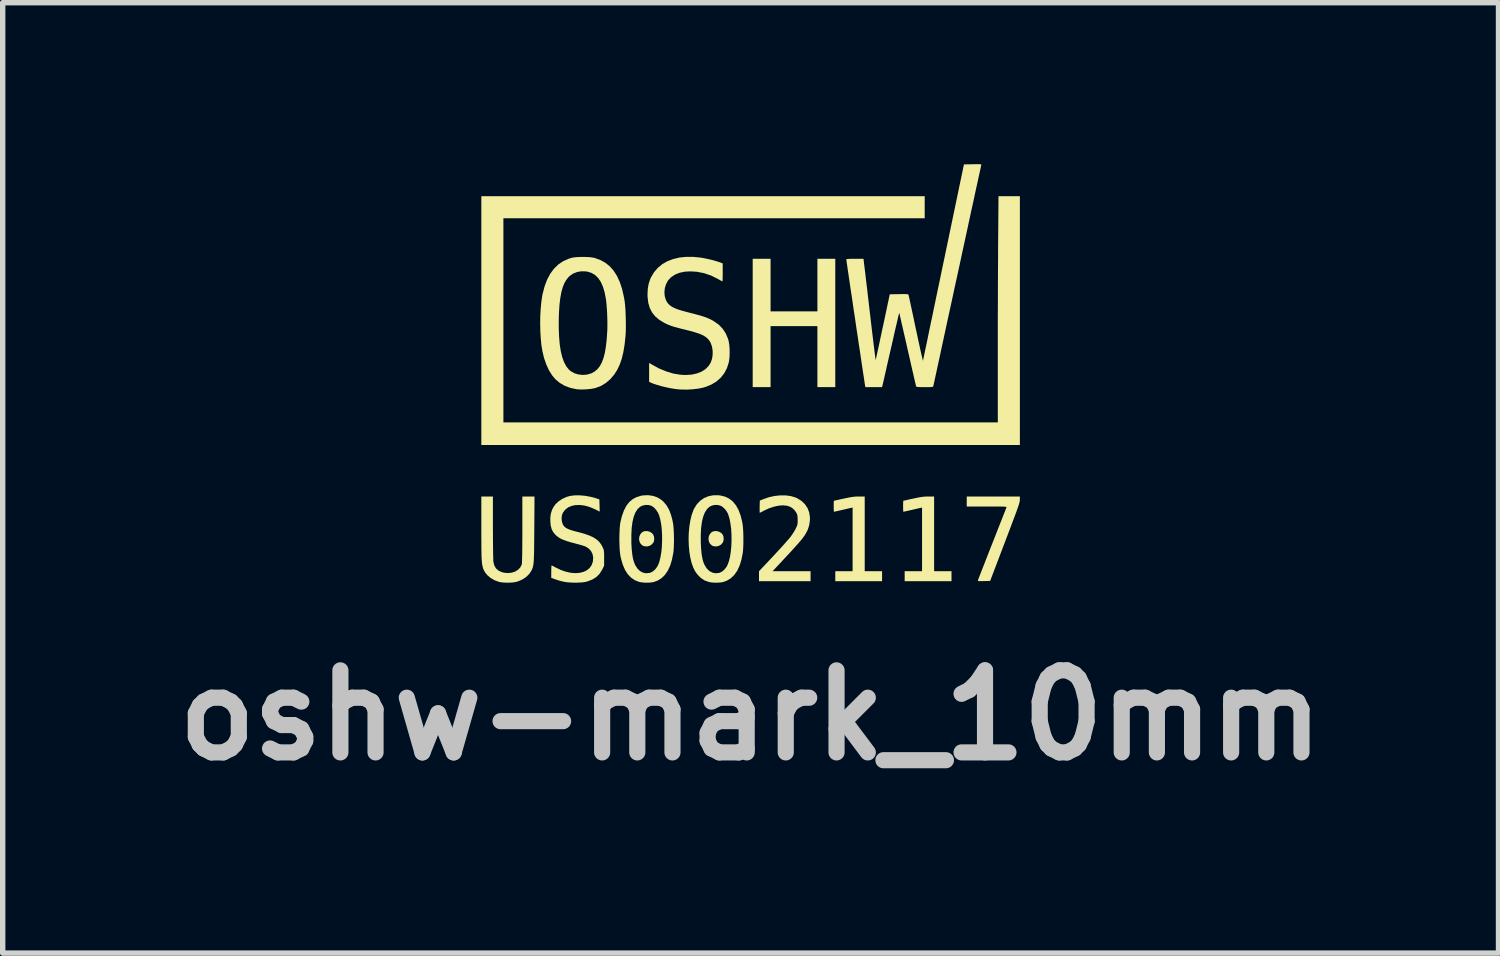
<source format=kicad_pcb>
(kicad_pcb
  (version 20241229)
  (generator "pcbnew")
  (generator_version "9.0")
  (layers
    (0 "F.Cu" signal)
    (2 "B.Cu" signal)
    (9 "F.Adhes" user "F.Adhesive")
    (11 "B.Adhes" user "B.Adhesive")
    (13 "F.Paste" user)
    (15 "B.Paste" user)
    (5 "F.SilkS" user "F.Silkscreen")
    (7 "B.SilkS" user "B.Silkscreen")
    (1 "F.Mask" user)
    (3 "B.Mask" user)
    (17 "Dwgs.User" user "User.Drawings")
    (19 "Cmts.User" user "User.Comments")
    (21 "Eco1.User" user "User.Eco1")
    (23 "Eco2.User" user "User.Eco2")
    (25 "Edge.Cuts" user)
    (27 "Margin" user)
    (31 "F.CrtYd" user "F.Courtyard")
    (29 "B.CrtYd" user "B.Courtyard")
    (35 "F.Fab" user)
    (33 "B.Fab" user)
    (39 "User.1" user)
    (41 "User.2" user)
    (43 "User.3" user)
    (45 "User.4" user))
  (footprint "oshw-mark_10mm"
    (layer "F.Cu")
    (at 10.893 3.887)
    (property "Reference" "oshw-mark_10mm" (at 0 6.35 0) (layer "Dwgs.User") (effects (font (size 1.524 1.524) (thickness 0.3))))
    (attr board_only exclude_from_pos_files exclude_from_bom)
    (fp_poly (pts (xy 0.371 -1.153) (xy 1.241 -1.153) (xy 1.241 -2.13) (xy 1.573 -2.13) (xy 1.573 0.254) (xy 1.241 0.254) (xy 1.241 -0.879) (xy 0.371 -0.879) (xy 0.371 0.254) (xy 0.039 0.254) (xy 0.039 -2.13) (xy 0.371 -2.13)) (stroke (width 0) (type solid)) (fill yes) (layer "F.SilkS"))
    (fp_poly (pts (xy -1.874 2.94) (xy -1.834 2.965) (xy -1.813 2.987) (xy -1.796 3.024) (xy -1.79 3.068) (xy -1.794 3.113) (xy -1.807 3.143) (xy -1.841 3.181) (xy -1.884 3.205) (xy -1.932 3.214) (xy -1.981 3.208) (xy -2.01 3.195) (xy -2.043 3.164) (xy -2.064 3.123) (xy -2.072 3.077) (xy -2.066 3.029) (xy -2.048 2.986) (xy -2.016 2.951) (xy -2.008 2.945) (xy -1.967 2.929) (xy -1.921 2.928)) (stroke (width 0) (type solid)) (fill yes) (layer "F.SilkS"))
    (fp_poly (pts (xy -0.585 2.94) (xy -0.544 2.965) (xy -0.523 2.987) (xy -0.506 3.024) (xy -0.5 3.068) (xy -0.505 3.113) (xy -0.517 3.143) (xy -0.551 3.181) (xy -0.595 3.205) (xy -0.643 3.214) (xy -0.691 3.208) (xy -0.72 3.195) (xy -0.754 3.164) (xy -0.774 3.123) (xy -0.782 3.077) (xy -0.777 3.029) (xy -0.758 2.986) (xy -0.727 2.951) (xy -0.718 2.945) (xy -0.678 2.929) (xy -0.631 2.928)) (stroke (width 0) (type solid)) (fill yes) (layer "F.SilkS"))
    (fp_poly (pts (xy 3.234 -2.882) (xy -4.592 -2.882) (xy -4.592 0.909) (xy 4.592 0.909) (xy 4.592 -0.276) (xy 4.592 -0.45) (xy 4.592 -0.634) (xy 4.592 -0.825) (xy 4.592 -1.022) (xy 4.593 -1.22) (xy 4.594 -1.417) (xy 4.594 -1.61) (xy 4.595 -1.796) (xy 4.596 -1.974) (xy 4.597 -2.139) (xy 4.597 -2.289) (xy 4.598 -2.376) (xy 4.605 -3.292) (xy 5.002 -3.292) (xy 5.002 1.329) (xy -5.002 1.329) (xy -5.002 -3.292) (xy 3.234 -3.292)) (stroke (width 0) (type solid)) (fill yes) (layer "F.SilkS"))
    (fp_poly (pts (xy 2.12 3.673) (xy 2.442 3.673) (xy 2.442 3.859) (xy 1.573 3.859) (xy 1.573 3.673) (xy 1.895 3.673) (xy 1.895 2.491) (xy 1.873 2.496) (xy 1.815 2.509) (xy 1.756 2.523) (xy 1.698 2.536) (xy 1.646 2.548) (xy 1.602 2.558) (xy 1.569 2.565) (xy 1.551 2.569) (xy 1.548 2.569) (xy 1.546 2.56) (xy 1.545 2.536) (xy 1.544 2.5) (xy 1.544 2.467) (xy 1.544 2.425) (xy 1.545 2.391) (xy 1.547 2.37) (xy 1.548 2.364) (xy 1.558 2.362) (xy 1.585 2.357) (xy 1.624 2.348) (xy 1.674 2.337) (xy 1.73 2.325) (xy 1.73 2.325) (xy 1.801 2.31) (xy 1.858 2.299) (xy 1.905 2.292) (xy 1.947 2.288) (xy 1.989 2.286) (xy 2.014 2.286) (xy 2.12 2.286)) (stroke (width 0) (type solid)) (fill yes) (layer "F.SilkS"))
    (fp_poly (pts (xy 3.409 3.673) (xy 3.732 3.673) (xy 3.732 3.859) (xy 2.862 3.859) (xy 2.862 3.673) (xy 3.185 3.673) (xy 3.185 2.491) (xy 3.163 2.496) (xy 3.105 2.509) (xy 3.045 2.523) (xy 2.988 2.536) (xy 2.936 2.548) (xy 2.891 2.558) (xy 2.859 2.565) (xy 2.84 2.569) (xy 2.837 2.569) (xy 2.836 2.56) (xy 2.834 2.536) (xy 2.833 2.5) (xy 2.833 2.467) (xy 2.833 2.425) (xy 2.835 2.391) (xy 2.836 2.37) (xy 2.838 2.364) (xy 2.848 2.362) (xy 2.875 2.357) (xy 2.914 2.348) (xy 2.963 2.337) (xy 3.02 2.325) (xy 3.02 2.325) (xy 3.091 2.31) (xy 3.147 2.299) (xy 3.194 2.292) (xy 3.236 2.288) (xy 3.279 2.286) (xy 3.304 2.286) (xy 3.409 2.286)) (stroke (width 0) (type solid)) (fill yes) (layer "F.SilkS"))
    (fp_poly (pts (xy 5.001 2.347) (xy 5.001 2.359) (xy 4.999 2.374) (xy 4.995 2.391) (xy 4.99 2.412) (xy 4.982 2.439) (xy 4.971 2.473) (xy 4.956 2.515) (xy 4.938 2.567) (xy 4.915 2.629) (xy 4.887 2.703) (xy 4.854 2.791) (xy 4.816 2.892) (xy 4.771 3.01) (xy 4.725 3.131) (xy 4.45 3.854) (xy 4.334 3.857) (xy 4.285 3.858) (xy 4.252 3.858) (xy 4.233 3.856) (xy 4.224 3.852) (xy 4.222 3.846) (xy 4.223 3.842) (xy 4.227 3.83) (xy 4.238 3.802) (xy 4.255 3.758) (xy 4.277 3.701) (xy 4.304 3.631) (xy 4.336 3.551) (xy 4.371 3.461) (xy 4.409 3.363) (xy 4.45 3.259) (xy 4.487 3.165) (xy 4.53 3.057) (xy 4.57 2.954) (xy 4.608 2.857) (xy 4.643 2.769) (xy 4.674 2.69) (xy 4.701 2.621) (xy 4.723 2.566) (xy 4.739 2.524) (xy 4.75 2.498) (xy 4.753 2.489) (xy 4.754 2.484) (xy 4.751 2.481) (xy 4.743 2.478) (xy 4.728 2.476) (xy 4.705 2.474) (xy 4.671 2.473) (xy 4.624 2.472) (xy 4.564 2.472) (xy 4.487 2.472) (xy 4.393 2.472) (xy 4.015 2.472) (xy 4.015 2.286) (xy 5.002 2.286)) (stroke (width 0) (type solid)) (fill yes) (layer "F.SilkS"))
    (fp_poly (pts (xy 0.65 2.265) (xy 0.747 2.278) (xy 0.833 2.304) (xy 0.867 2.319) (xy 0.947 2.369) (xy 1.011 2.431) (xy 1.058 2.502) (xy 1.089 2.583) (xy 1.102 2.673) (xy 1.102 2.724) (xy 1.089 2.818) (xy 1.061 2.906) (xy 1.023 2.977) (xy 1.009 3.001) (xy 0.992 3.025) (xy 0.973 3.051) (xy 0.951 3.08) (xy 0.923 3.113) (xy 0.89 3.152) (xy 0.849 3.198) (xy 0.801 3.251) (xy 0.744 3.314) (xy 0.677 3.386) (xy 0.598 3.471) (xy 0.508 3.568) (xy 0.484 3.593) (xy 0.409 3.673) (xy 1.114 3.673) (xy 1.114 3.859) (xy 0.156 3.859) (xy 0.156 3.674) (xy 0.263 3.561) (xy 0.337 3.482) (xy 0.411 3.404) (xy 0.481 3.328) (xy 0.547 3.257) (xy 0.606 3.192) (xy 0.657 3.134) (xy 0.699 3.087) (xy 0.729 3.052) (xy 0.733 3.047) (xy 0.766 3.002) (xy 0.8 2.95) (xy 0.829 2.9) (xy 0.833 2.893) (xy 0.852 2.853) (xy 0.865 2.823) (xy 0.871 2.797) (xy 0.874 2.765) (xy 0.874 2.722) (xy 0.874 2.722) (xy 0.873 2.675) (xy 0.87 2.641) (xy 0.863 2.615) (xy 0.853 2.593) (xy 0.818 2.542) (xy 0.773 2.5) (xy 0.734 2.476) (xy 0.674 2.457) (xy 0.601 2.45) (xy 0.521 2.456) (xy 0.434 2.475) (xy 0.345 2.504) (xy 0.256 2.545) (xy 0.238 2.554) (xy 0.207 2.571) (xy 0.183 2.583) (xy 0.171 2.589) (xy 0.17 2.589) (xy 0.169 2.58) (xy 0.168 2.555) (xy 0.168 2.518) (xy 0.168 2.476) (xy 0.171 2.362) (xy 0.23 2.338) (xy 0.334 2.301) (xy 0.441 2.277) (xy 0.547 2.265)) (stroke (width 0) (type solid)) (fill yes) (layer "F.SilkS"))
    (fp_poly (pts (xy -4.787 2.86) (xy -4.786 2.966) (xy -4.786 3.069) (xy -4.785 3.165) (xy -4.784 3.253) (xy -4.783 3.331) (xy -4.782 3.397) (xy -4.78 3.449) (xy -4.779 3.485) (xy -4.778 3.5) (xy -4.761 3.567) (xy -4.73 3.621) (xy -4.684 3.662) (xy -4.624 3.69) (xy -4.574 3.703) (xy -4.502 3.708) (xy -4.433 3.7) (xy -4.371 3.679) (xy -4.319 3.646) (xy -4.278 3.604) (xy -4.253 3.553) (xy -4.249 3.54) (xy -4.248 3.524) (xy -4.246 3.49) (xy -4.245 3.44) (xy -4.243 3.376) (xy -4.242 3.299) (xy -4.241 3.212) (xy -4.241 3.116) (xy -4.24 3.013) (xy -4.24 2.906) (xy -4.24 2.894) (xy -4.24 2.286) (xy -4.014 2.286) (xy -4.018 2.894) (xy -4.019 3.025) (xy -4.02 3.138) (xy -4.021 3.234) (xy -4.022 3.315) (xy -4.024 3.384) (xy -4.026 3.44) (xy -4.029 3.487) (xy -4.032 3.525) (xy -4.036 3.556) (xy -4.041 3.582) (xy -4.047 3.605) (xy -4.054 3.625) (xy -4.063 3.644) (xy -4.069 3.659) (xy -4.109 3.721) (xy -4.164 3.777) (xy -4.232 3.823) (xy -4.308 3.858) (xy -4.358 3.873) (xy -4.41 3.882) (xy -4.472 3.886) (xy -4.539 3.887) (xy -4.602 3.883) (xy -4.655 3.876) (xy -4.67 3.873) (xy -4.751 3.844) (xy -4.824 3.803) (xy -4.885 3.753) (xy -4.933 3.696) (xy -4.961 3.642) (xy -4.969 3.619) (xy -4.976 3.596) (xy -4.982 3.571) (xy -4.987 3.543) (xy -4.991 3.51) (xy -4.994 3.47) (xy -4.997 3.423) (xy -4.999 3.365) (xy -5 3.295) (xy -5.001 3.213) (xy -5.001 3.116) (xy -5.002 3.003) (xy -5.002 2.875) (xy -5.002 2.286) (xy -4.787 2.286)) (stroke (width 0) (type solid)) (fill yes) (layer "F.SilkS"))
    (fp_poly (pts (xy -0.567 2.266) (xy -0.479 2.287) (xy -0.401 2.324) (xy -0.332 2.377) (xy -0.274 2.447) (xy -0.225 2.534) (xy -0.186 2.637) (xy -0.156 2.757) (xy -0.15 2.794) (xy -0.143 2.847) (xy -0.138 2.915) (xy -0.135 2.993) (xy -0.134 3.075) (xy -0.134 3.156) (xy -0.137 3.232) (xy -0.141 3.297) (xy -0.145 3.331) (xy -0.17 3.46) (xy -0.205 3.571) (xy -0.249 3.666) (xy -0.304 3.744) (xy -0.369 3.806) (xy -0.444 3.851) (xy -0.511 3.875) (xy -0.561 3.883) (xy -0.621 3.887) (xy -0.684 3.886) (xy -0.744 3.88) (xy -0.781 3.872) (xy -0.857 3.844) (xy -0.924 3.799) (xy -0.985 3.738) (xy -1.026 3.682) (xy -1.064 3.609) (xy -1.096 3.521) (xy -1.12 3.421) (xy -1.138 3.311) (xy -1.148 3.195) (xy -1.152 3.076) (xy -1.15 3.001) (xy -0.926 3.001) (xy -0.925 3.146) (xy -0.919 3.259) (xy -0.91 3.354) (xy -0.896 3.435) (xy -0.878 3.503) (xy -0.855 3.558) (xy -0.814 3.623) (xy -0.766 3.67) (xy -0.711 3.7) (xy -0.651 3.712) (xy -0.585 3.705) (xy -0.576 3.703) (xy -0.53 3.681) (xy -0.487 3.644) (xy -0.449 3.596) (xy -0.431 3.563) (xy -0.404 3.493) (xy -0.383 3.409) (xy -0.368 3.313) (xy -0.358 3.21) (xy -0.354 3.103) (xy -0.355 2.994) (xy -0.361 2.889) (xy -0.374 2.79) (xy -0.391 2.7) (xy -0.414 2.624) (xy -0.43 2.587) (xy -0.468 2.529) (xy -0.516 2.483) (xy -0.551 2.46) (xy -0.6 2.445) (xy -0.655 2.442) (xy -0.711 2.452) (xy -0.759 2.474) (xy -0.764 2.477) (xy -0.811 2.522) (xy -0.85 2.583) (xy -0.881 2.661) (xy -0.904 2.757) (xy -0.919 2.87) (xy -0.926 3.001) (xy -1.15 3.001) (xy -1.148 2.957) (xy -1.137 2.84) (xy -1.119 2.729) (xy -1.094 2.627) (xy -1.061 2.536) (xy -1.05 2.513) (xy -1 2.432) (xy -0.938 2.366) (xy -0.865 2.315) (xy -0.783 2.281) (xy -0.692 2.263) (xy -0.595 2.263)) (stroke (width 0) (type solid)) (fill yes) (layer "F.SilkS"))
    (fp_poly (pts (xy -1.814 2.274) (xy -1.73 2.303) (xy -1.655 2.35) (xy -1.61 2.391) (xy -1.558 2.455) (xy -1.516 2.529) (xy -1.482 2.615) (xy -1.454 2.717) (xy -1.439 2.794) (xy -1.433 2.847) (xy -1.428 2.915) (xy -1.425 2.992) (xy -1.423 3.074) (xy -1.424 3.155) (xy -1.427 3.23) (xy -1.431 3.295) (xy -1.435 3.329) (xy -1.46 3.457) (xy -1.493 3.568) (xy -1.537 3.662) (xy -1.59 3.74) (xy -1.652 3.801) (xy -1.725 3.847) (xy -1.801 3.875) (xy -1.85 3.883) (xy -1.91 3.887) (xy -1.974 3.886) (xy -2.033 3.88) (xy -2.071 3.872) (xy -2.151 3.841) (xy -2.221 3.793) (xy -2.282 3.729) (xy -2.334 3.647) (xy -2.376 3.548) (xy -2.409 3.433) (xy -2.42 3.378) (xy -2.427 3.324) (xy -2.433 3.255) (xy -2.436 3.176) (xy -2.438 3.091) (xy -2.437 3.006) (xy -2.437 3.001) (xy -2.215 3.001) (xy -2.215 3.146) (xy -2.209 3.259) (xy -2.199 3.354) (xy -2.186 3.435) (xy -2.167 3.503) (xy -2.145 3.558) (xy -2.104 3.623) (xy -2.056 3.67) (xy -2.001 3.7) (xy -1.94 3.712) (xy -1.875 3.705) (xy -1.865 3.703) (xy -1.82 3.681) (xy -1.776 3.644) (xy -1.739 3.596) (xy -1.72 3.563) (xy -1.694 3.495) (xy -1.674 3.412) (xy -1.658 3.318) (xy -1.648 3.216) (xy -1.644 3.11) (xy -1.644 3.003) (xy -1.65 2.899) (xy -1.661 2.8) (xy -1.678 2.712) (xy -1.699 2.636) (xy -1.719 2.59) (xy -1.755 2.534) (xy -1.798 2.488) (xy -1.84 2.46) (xy -1.889 2.445) (xy -1.946 2.442) (xy -2.002 2.453) (xy -2.05 2.475) (xy -2.054 2.477) (xy -2.101 2.522) (xy -2.14 2.583) (xy -2.171 2.661) (xy -2.194 2.757) (xy -2.209 2.87) (xy -2.215 3.001) (xy -2.437 3.001) (xy -2.434 2.925) (xy -2.43 2.852) (xy -2.423 2.792) (xy -2.42 2.77) (xy -2.39 2.649) (xy -2.353 2.546) (xy -2.308 2.459) (xy -2.254 2.389) (xy -2.19 2.335) (xy -2.116 2.296) (xy -2.032 2.271) (xy -2.003 2.266) (xy -1.905 2.261)) (stroke (width 0) (type solid)) (fill yes) (layer "F.SilkS"))
    (fp_poly (pts (xy -3.076 2.273) (xy -2.974 2.291) (xy -2.877 2.317) (xy -2.872 2.319) (xy -2.809 2.34) (xy -2.806 2.453) (xy -2.803 2.567) (xy -2.889 2.524) (xy -2.984 2.483) (xy -3.077 2.456) (xy -3.165 2.444) (xy -3.248 2.445) (xy -3.323 2.46) (xy -3.389 2.488) (xy -3.443 2.53) (xy -3.485 2.585) (xy -3.49 2.594) (xy -3.506 2.641) (xy -3.511 2.697) (xy -3.505 2.753) (xy -3.489 2.801) (xy -3.473 2.828) (xy -3.454 2.85) (xy -3.428 2.87) (xy -3.394 2.888) (xy -3.348 2.906) (xy -3.29 2.924) (xy -3.215 2.944) (xy -3.185 2.951) (xy -3.08 2.981) (xy -2.992 3.012) (xy -2.919 3.046) (xy -2.861 3.084) (xy -2.813 3.128) (xy -2.775 3.178) (xy -2.752 3.222) (xy -2.74 3.248) (xy -2.731 3.27) (xy -2.726 3.292) (xy -2.723 3.319) (xy -2.721 3.354) (xy -2.721 3.402) (xy -2.721 3.43) (xy -2.721 3.572) (xy -2.758 3.646) (xy -2.804 3.72) (xy -2.864 3.781) (xy -2.939 3.828) (xy -3.027 3.862) (xy -3.073 3.874) (xy -3.124 3.881) (xy -3.188 3.885) (xy -3.26 3.887) (xy -3.331 3.885) (xy -3.398 3.88) (xy -3.445 3.874) (xy -3.494 3.864) (xy -3.538 3.853) (xy -3.583 3.84) (xy -3.638 3.821) (xy -3.646 3.818) (xy -3.703 3.798) (xy -3.703 3.682) (xy -3.702 3.637) (xy -3.701 3.6) (xy -3.699 3.575) (xy -3.697 3.566) (xy -3.697 3.566) (xy -3.687 3.57) (xy -3.664 3.582) (xy -3.632 3.599) (xy -3.62 3.605) (xy -3.525 3.651) (xy -3.431 3.683) (xy -3.341 3.703) (xy -3.255 3.71) (xy -3.176 3.704) (xy -3.104 3.686) (xy -3.042 3.657) (xy -2.992 3.616) (xy -2.954 3.563) (xy -2.931 3.499) (xy -2.929 3.489) (xy -2.924 3.418) (xy -2.937 3.353) (xy -2.967 3.295) (xy -3.012 3.248) (xy -3.069 3.214) (xy -3.098 3.204) (xy -3.141 3.19) (xy -3.192 3.176) (xy -3.246 3.162) (xy -3.255 3.159) (xy -3.347 3.135) (xy -3.422 3.112) (xy -3.484 3.089) (xy -3.535 3.065) (xy -3.578 3.037) (xy -3.616 3.006) (xy -3.63 2.992) (xy -3.669 2.944) (xy -3.696 2.89) (xy -3.713 2.827) (xy -3.72 2.75) (xy -3.72 2.749) (xy -3.72 2.669) (xy -3.709 2.6) (xy -3.689 2.536) (xy -3.665 2.488) (xy -3.624 2.429) (xy -3.567 2.376) (xy -3.498 2.33) (xy -3.422 2.295) (xy -3.356 2.276) (xy -3.272 2.265) (xy -3.177 2.264)) (stroke (width 0) (type solid)) (fill yes) (layer "F.SilkS"))
    (fp_poly (pts (xy -3.014 -2.162) (xy -2.953 -2.156) (xy -2.904 -2.147) (xy -2.901 -2.147) (xy -2.796 -2.109) (xy -2.701 -2.058) (xy -2.617 -1.991) (xy -2.544 -1.908) (xy -2.481 -1.81) (xy -2.429 -1.696) (xy -2.386 -1.565) (xy -2.353 -1.418) (xy -2.339 -1.336) (xy -2.331 -1.266) (xy -2.325 -1.182) (xy -2.321 -1.087) (xy -2.318 -0.989) (xy -2.317 -0.891) (xy -2.318 -0.798) (xy -2.322 -0.716) (xy -2.324 -0.689) (xy -2.341 -0.533) (xy -2.364 -0.395) (xy -2.394 -0.271) (xy -2.432 -0.162) (xy -2.478 -0.066) (xy -2.533 0.02) (xy -2.597 0.096) (xy -2.608 0.108) (xy -2.689 0.177) (xy -2.775 0.23) (xy -2.872 0.267) (xy -2.897 0.274) (xy -2.96 0.286) (xy -3.034 0.294) (xy -3.112 0.298) (xy -3.185 0.297) (xy -3.234 0.293) (xy -3.349 0.268) (xy -3.454 0.229) (xy -3.547 0.174) (xy -3.628 0.106) (xy -3.687 0.035) (xy -3.747 -0.061) (xy -3.796 -0.168) (xy -3.837 -0.287) (xy -3.868 -0.417) (xy -3.886 -0.528) (xy -3.898 -0.652) (xy -3.906 -0.787) (xy -3.907 -0.853) (xy -3.564 -0.853) (xy -3.558 -0.689) (xy -3.546 -0.543) (xy -3.526 -0.414) (xy -3.499 -0.303) (xy -3.465 -0.209) (xy -3.424 -0.132) (xy -3.375 -0.071) (xy -3.342 -0.043) (xy -3.274 -0.004) (xy -3.198 0.019) (xy -3.116 0.028) (xy -3.035 0.021) (xy -2.958 -0.002) (xy -2.952 -0.005) (xy -2.895 -0.037) (xy -2.845 -0.08) (xy -2.801 -0.135) (xy -2.764 -0.203) (xy -2.733 -0.284) (xy -2.708 -0.381) (xy -2.689 -0.492) (xy -2.674 -0.621) (xy -2.664 -0.767) (xy -2.661 -0.821) (xy -2.66 -0.903) (xy -2.661 -0.996) (xy -2.664 -1.093) (xy -2.669 -1.189) (xy -2.676 -1.279) (xy -2.684 -1.357) (xy -2.688 -1.382) (xy -2.711 -1.505) (xy -2.743 -1.611) (xy -2.782 -1.7) (xy -2.83 -1.771) (xy -2.887 -1.827) (xy -2.953 -1.866) (xy -3.028 -1.89) (xy -3.053 -1.895) (xy -3.14 -1.898) (xy -3.222 -1.885) (xy -3.297 -1.855) (xy -3.362 -1.81) (xy -3.383 -1.789) (xy -3.425 -1.736) (xy -3.461 -1.673) (xy -3.491 -1.598) (xy -3.515 -1.51) (xy -3.534 -1.407) (xy -3.549 -1.29) (xy -3.558 -1.155) (xy -3.563 -1.036) (xy -3.564 -0.853) (xy -3.907 -0.853) (xy -3.909 -0.926) (xy -3.907 -1.066) (xy -3.899 -1.202) (xy -3.887 -1.33) (xy -3.87 -1.445) (xy -3.864 -1.475) (xy -3.827 -1.617) (xy -3.78 -1.743) (xy -3.721 -1.853) (xy -3.652 -1.946) (xy -3.572 -2.024) (xy -3.48 -2.086) (xy -3.378 -2.131) (xy -3.331 -2.146) (xy -3.285 -2.155) (xy -3.224 -2.161) (xy -3.156 -2.164) (xy -3.084 -2.164)) (stroke (width 0) (type solid)) (fill yes) (layer "F.SilkS"))
    (fp_poly (pts (xy -1.058 -2.165) (xy -0.914 -2.15) (xy -0.762 -2.119) (xy -0.71 -2.106) (xy -0.66 -2.092) (xy -0.614 -2.078) (xy -0.577 -2.066) (xy -0.554 -2.058) (xy -0.553 -2.057) (xy -0.518 -2.043) (xy -0.518 -1.876) (xy -0.518 -1.822) (xy -0.519 -1.775) (xy -0.52 -1.738) (xy -0.522 -1.716) (xy -0.523 -1.71) (xy -0.533 -1.714) (xy -0.556 -1.726) (xy -0.588 -1.744) (xy -0.603 -1.753) (xy -0.733 -1.818) (xy -0.866 -1.863) (xy -1 -1.889) (xy -1.119 -1.896) (xy -1.224 -1.89) (xy -1.316 -1.871) (xy -1.396 -1.84) (xy -1.467 -1.795) (xy -1.488 -1.777) (xy -1.536 -1.723) (xy -1.571 -1.658) (xy -1.593 -1.585) (xy -1.601 -1.51) (xy -1.595 -1.435) (xy -1.574 -1.365) (xy -1.55 -1.321) (xy -1.526 -1.29) (xy -1.496 -1.263) (xy -1.459 -1.238) (xy -1.413 -1.214) (xy -1.355 -1.191) (xy -1.283 -1.168) (xy -1.195 -1.144) (xy -1.114 -1.123) (xy -1.014 -1.097) (xy -0.93 -1.074) (xy -0.86 -1.052) (xy -0.8 -1.029) (xy -0.747 -1.006) (xy -0.699 -0.98) (xy -0.677 -0.967) (xy -0.588 -0.903) (xy -0.517 -0.828) (xy -0.461 -0.742) (xy -0.42 -0.644) (xy -0.409 -0.607) (xy -0.398 -0.546) (xy -0.391 -0.472) (xy -0.389 -0.393) (xy -0.391 -0.314) (xy -0.399 -0.242) (xy -0.405 -0.205) (xy -0.439 -0.1) (xy -0.488 -0.006) (xy -0.552 0.076) (xy -0.631 0.147) (xy -0.724 0.204) (xy -0.83 0.248) (xy -0.883 0.264) (xy -0.972 0.282) (xy -1.073 0.294) (xy -1.178 0.3) (xy -1.281 0.299) (xy -1.333 0.296) (xy -1.406 0.288) (xy -1.488 0.274) (xy -1.575 0.256) (xy -1.661 0.235) (xy -1.74 0.212) (xy -1.809 0.189) (xy -1.839 0.177) (xy -1.885 0.157) (xy -1.885 -0.196) (xy -1.844 -0.171) (xy -1.708 -0.096) (xy -1.571 -0.039) (xy -1.436 0.002) (xy -1.303 0.024) (xy -1.208 0.029) (xy -1.098 0.022) (xy -1 0.001) (xy -0.914 -0.032) (xy -0.841 -0.078) (xy -0.782 -0.136) (xy -0.741 -0.201) (xy -0.717 -0.269) (xy -0.705 -0.344) (xy -0.705 -0.422) (xy -0.717 -0.498) (xy -0.741 -0.566) (xy -0.756 -0.594) (xy -0.783 -0.631) (xy -0.815 -0.663) (xy -0.855 -0.691) (xy -0.905 -0.718) (xy -0.967 -0.743) (xy -1.043 -0.767) (xy -1.136 -0.793) (xy -1.193 -0.807) (xy -1.281 -0.829) (xy -1.353 -0.848) (xy -1.412 -0.864) (xy -1.461 -0.879) (xy -1.503 -0.894) (xy -1.541 -0.91) (xy -1.578 -0.927) (xy -1.602 -0.939) (xy -1.695 -0.995) (xy -1.77 -1.058) (xy -1.829 -1.131) (xy -1.872 -1.214) (xy -1.9 -1.308) (xy -1.913 -1.415) (xy -1.915 -1.468) (xy -1.91 -1.572) (xy -1.894 -1.664) (xy -1.866 -1.749) (xy -1.851 -1.783) (xy -1.795 -1.878) (xy -1.725 -1.96) (xy -1.642 -2.029) (xy -1.546 -2.084) (xy -1.439 -2.125) (xy -1.322 -2.153) (xy -1.195 -2.166)) (stroke (width 0) (type solid)) (fill yes) (layer "F.SilkS"))
    (fp_poly (pts (xy 4.258 -3.886) (xy 4.276 -3.884) (xy 4.284 -3.881) (xy 4.286 -3.875) (xy 4.285 -3.871) (xy 4.282 -3.86) (xy 4.276 -3.831) (xy 4.266 -3.784) (xy 4.252 -3.721) (xy 4.235 -3.643) (xy 4.215 -3.549) (xy 4.191 -3.442) (xy 4.165 -3.322) (xy 4.137 -3.19) (xy 4.105 -3.047) (xy 4.072 -2.894) (xy 4.037 -2.731) (xy 4 -2.56) (xy 3.961 -2.382) (xy 3.921 -2.196) (xy 3.88 -2.005) (xy 3.84 -1.822) (xy 3.797 -1.626) (xy 3.756 -1.435) (xy 3.716 -1.25) (xy 3.677 -1.072) (xy 3.64 -0.901) (xy 3.605 -0.739) (xy 3.572 -0.586) (xy 3.541 -0.443) (xy 3.513 -0.311) (xy 3.487 -0.192) (xy 3.464 -0.086) (xy 3.444 0.007) (xy 3.427 0.085) (xy 3.413 0.148) (xy 3.403 0.193) (xy 3.397 0.222) (xy 3.395 0.232) (xy 3.392 0.24) (xy 3.387 0.246) (xy 3.376 0.25) (xy 3.357 0.252) (xy 3.327 0.254) (xy 3.282 0.254) (xy 3.234 0.254) (xy 3.175 0.254) (xy 3.133 0.253) (xy 3.105 0.251) (xy 3.087 0.249) (xy 3.078 0.244) (xy 3.074 0.238) (xy 3.074 0.237) (xy 3.071 0.225) (xy 3.064 0.195) (xy 3.053 0.15) (xy 3.039 0.09) (xy 3.023 0.017) (xy 3.003 -0.067) (xy 2.982 -0.16) (xy 2.959 -0.262) (xy 2.934 -0.37) (xy 2.916 -0.449) (xy 2.891 -0.561) (xy 2.867 -0.666) (xy 2.844 -0.765) (xy 2.824 -0.855) (xy 2.805 -0.935) (xy 2.79 -1.003) (xy 2.777 -1.058) (xy 2.768 -1.097) (xy 2.763 -1.121) (xy 2.761 -1.127) (xy 2.759 -1.119) (xy 2.752 -1.094) (xy 2.742 -1.052) (xy 2.729 -0.996) (xy 2.713 -0.927) (xy 2.694 -0.847) (xy 2.673 -0.756) (xy 2.651 -0.657) (xy 2.627 -0.551) (xy 2.61 -0.477) (xy 2.584 -0.366) (xy 2.56 -0.26) (xy 2.537 -0.16) (xy 2.517 -0.068) (xy 2.498 0.014) (xy 2.482 0.084) (xy 2.469 0.142) (xy 2.459 0.184) (xy 2.453 0.21) (xy 2.451 0.217) (xy 2.442 0.254) (xy 2.132 0.254) (xy 2.126 0.222) (xy 2.123 0.206) (xy 2.118 0.173) (xy 2.111 0.123) (xy 2.101 0.059) (xy 2.089 -0.018) (xy 2.076 -0.107) (xy 2.061 -0.207) (xy 2.045 -0.315) (xy 2.028 -0.43) (xy 2.009 -0.551) (xy 1.991 -0.677) (xy 1.971 -0.806) (xy 1.952 -0.936) (xy 1.933 -1.066) (xy 1.913 -1.195) (xy 1.895 -1.322) (xy 1.877 -1.444) (xy 1.859 -1.56) (xy 1.843 -1.669) (xy 1.828 -1.77) (xy 1.815 -1.861) (xy 1.803 -1.94) (xy 1.794 -2.006) (xy 1.786 -2.058) (xy 1.781 -2.094) (xy 1.778 -2.113) (xy 1.778 -2.116) (xy 1.781 -2.121) (xy 1.792 -2.125) (xy 1.813 -2.127) (xy 1.847 -2.129) (xy 1.897 -2.13) (xy 1.938 -2.13) (xy 2.097 -2.13) (xy 2.122 -1.922) (xy 2.128 -1.878) (xy 2.135 -1.816) (xy 2.144 -1.739) (xy 2.155 -1.649) (xy 2.167 -1.549) (xy 2.179 -1.439) (xy 2.193 -1.322) (xy 2.207 -1.201) (xy 2.222 -1.078) (xy 2.233 -0.98) (xy 2.247 -0.862) (xy 2.26 -0.751) (xy 2.273 -0.647) (xy 2.284 -0.552) (xy 2.295 -0.467) (xy 2.304 -0.393) (xy 2.311 -0.334) (xy 2.317 -0.289) (xy 2.321 -0.26) (xy 2.323 -0.249) (xy 2.323 -0.249) (xy 2.326 -0.259) (xy 2.332 -0.286) (xy 2.341 -0.329) (xy 2.354 -0.387) (xy 2.369 -0.457) (xy 2.387 -0.538) (xy 2.406 -0.629) (xy 2.427 -0.728) (xy 2.449 -0.832) (xy 2.456 -0.861) (xy 2.585 -1.47) (xy 2.757 -1.473) (xy 2.819 -1.474) (xy 2.864 -1.474) (xy 2.896 -1.473) (xy 2.916 -1.471) (xy 2.927 -1.467) (xy 2.933 -1.462) (xy 2.934 -1.458) (xy 2.937 -1.446) (xy 2.944 -1.416) (xy 2.954 -1.37) (xy 2.967 -1.311) (xy 2.982 -1.239) (xy 3 -1.156) (xy 3.02 -1.063) (xy 3.041 -0.964) (xy 3.063 -0.858) (xy 3.069 -0.831) (xy 3.092 -0.725) (xy 3.113 -0.626) (xy 3.133 -0.534) (xy 3.151 -0.452) (xy 3.167 -0.38) (xy 3.18 -0.322) (xy 3.191 -0.277) (xy 3.198 -0.247) (xy 3.202 -0.235) (xy 3.202 -0.235) (xy 3.204 -0.246) (xy 3.21 -0.275) (xy 3.22 -0.321) (xy 3.233 -0.384) (xy 3.249 -0.462) (xy 3.269 -0.554) (xy 3.291 -0.66) (xy 3.315 -0.779) (xy 3.342 -0.909) (xy 3.372 -1.049) (xy 3.403 -1.2) (xy 3.436 -1.359) (xy 3.471 -1.527) (xy 3.508 -1.701) (xy 3.545 -1.881) (xy 3.584 -2.066) (xy 3.584 -2.066) (xy 3.963 -3.883) (xy 4.126 -3.886) (xy 4.186 -3.887) (xy 4.23 -3.887)) (stroke (width 0) (type solid)) (fill yes) (layer "F.SilkS")))
  (gr_rect
    (start -3 -3)
    (end 24.786 14.655)
    (stroke (width 0.1) (type default))
    (fill no)
    (layer "Edge.Cuts")))
</source>
